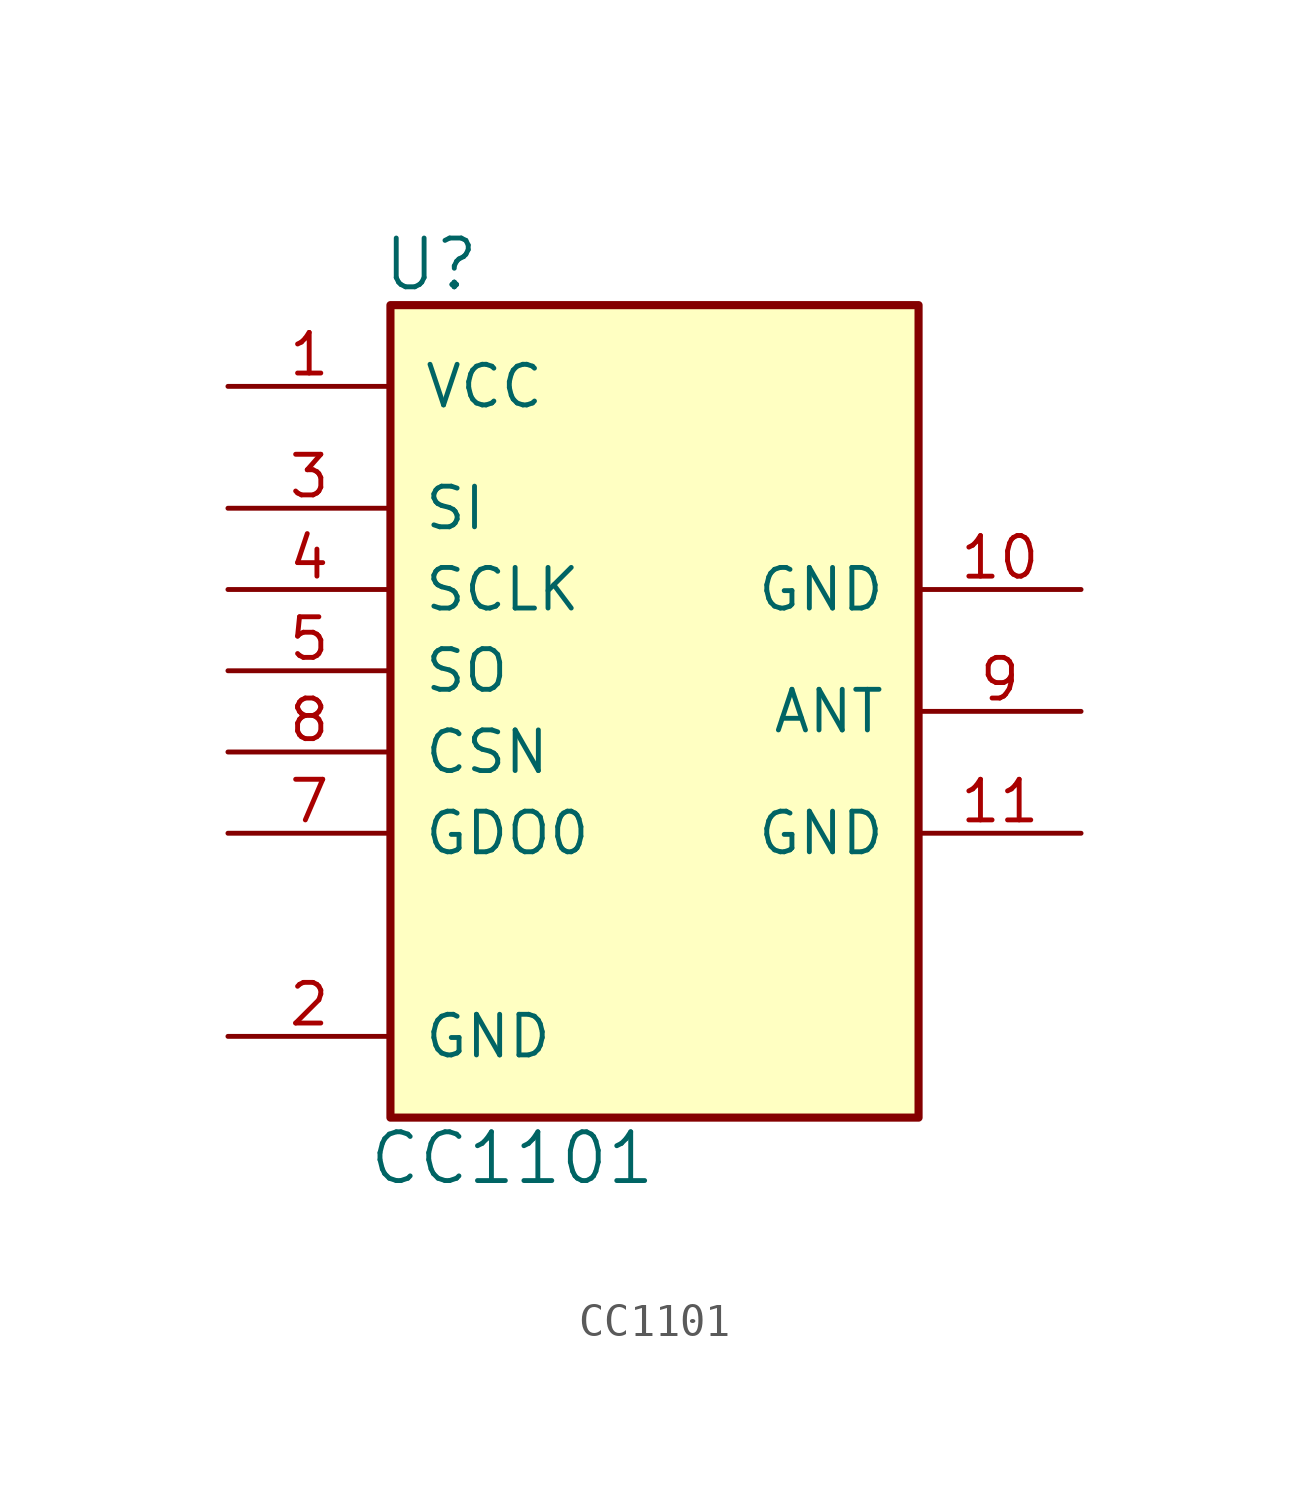
<source format=kicad_sym>
(kicad_symbol_lib
  (version 20220914)
  (generator kicad_symbol_editor)
  (symbol "CC1101"
    (pin_names
      (offset 1.016))
    (property "Reference" "U"
      (at -6.35 13.97 0)
      (effects (font (size 1.524 1.524))))
    (property "Value" "CC1101"
      (at -3.81 -13.97 0)
      (effects (font (size 1.524 1.524))))
    (symbol "CC1101_0_1"
      (rectangle (start -7.62 12.7) (end 8.89 -12.7) (stroke (width 0.254) (type solid)) (fill (type background))))
    (symbol "CC1101_1_1"
      (pin power_in line (at -12.7 10.16 0) (length 5.08) (name "VCC" (effects (font (size 1.27 1.27)))) (number "1" (effects (font (size 1.27 1.27)))))
      (pin input line (at 13.97 3.81 180) (length 5.08) (name "GND" (effects (font (size 1.27 1.27)))) (number "10" (effects (font (size 1.27 1.27)))))
      (pin input line (at 13.97 -3.81 180) (length 5.08) (name "GND" (effects (font (size 1.27 1.27)))) (number "11" (effects (font (size 1.27 1.27)))))
      (pin power_in line (at -12.7 -10.16 0) (length 5.08) (name "GND" (effects (font (size 1.27 1.27)))) (number "2" (effects (font (size 1.27 1.27)))))
      (pin passive line (at -12.7 6.35 0) (length 5.08) (name "SI" (effects (font (size 1.27 1.27)))) (number "3" (effects (font (size 1.27 1.27)))))
      (pin passive line (at -12.7 3.81 0) (length 5.08) (name "SCLK" (effects (font (size 1.27 1.27)))) (number "4" (effects (font (size 1.27 1.27)))))
      (pin passive line (at -12.7 1.27 0) (length 5.08) (name "SO" (effects (font (size 1.27 1.27)))) (number "5" (effects (font (size 1.27 1.27)))))
      (pin input line (at -12.7 -3.81 0) (length 5.08) (name "GDO0" (effects (font (size 1.27 1.27)))) (number "7" (effects (font (size 1.27 1.27)))))
      (pin input line (at -12.7 -1.27 0) (length 5.08) (name "CSN" (effects (font (size 1.27 1.27)))) (number "8" (effects (font (size 1.27 1.27)))))
      (pin input line (at 13.97 0 180) (length 5.08) (name "ANT" (effects (font (size 1.27 1.27)))) (number "9" (effects (font (size 1.27 1.27))))))))
</source>
